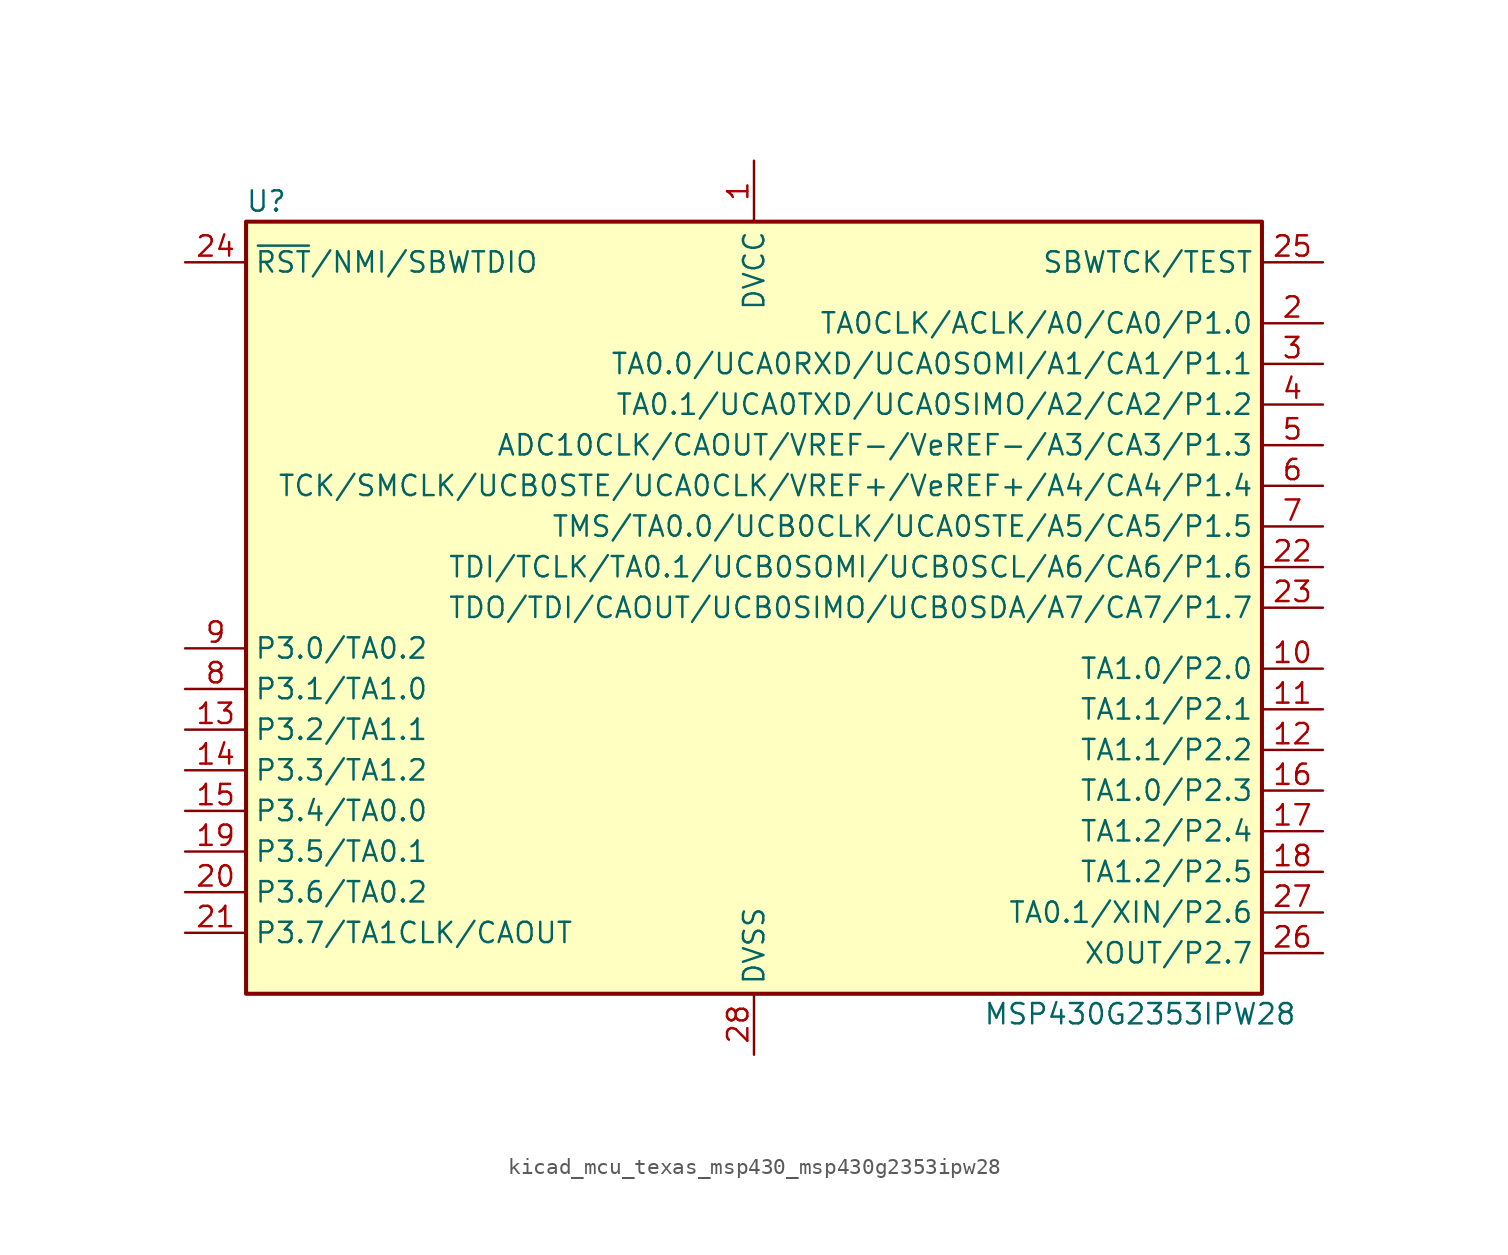
<source format=kicad_sym>
(kicad_symbol_lib
  (version 20220914)
  (generator kicad_symbol_editor)
  (symbol "kicad_mcu_texas_msp430_msp430g2353ipw28"
    (property "Reference" "U"
      (at -30.48 25.4 0)
      (effects (font (size 1.27 1.27))))
    (property "Value" "MSP430G2353IPW28"
      (at 24.13 -25.4 0)
      (effects (font (size 1.27 1.27))))
    (symbol "kicad_mcu_texas_msp430_msp430g2353ipw28_0_1"
      (rectangle (start -31.75 24.13) (end 31.75 -24.13) (stroke (width 0.254) (type default)) (fill (type background))))
    (symbol "kicad_mcu_texas_msp430_msp430g2353ipw28_1_1"
      (pin power_in line (at 0 27.94 270) (length 3.81) (name "DVCC" (effects (font (size 1.27 1.27)))) (number "1" (effects (font (size 1.27 1.27)))))
      (pin bidirectional line (at 35.56 -3.81 180) (length 3.81) (name "TA1.0/P2.0" (effects (font (size 1.27 1.27)))) (number "10" (effects (font (size 1.27 1.27)))))
      (pin bidirectional line (at 35.56 -6.35 180) (length 3.81) (name "TA1.1/P2.1" (effects (font (size 1.27 1.27)))) (number "11" (effects (font (size 1.27 1.27)))))
      (pin bidirectional line (at 35.56 -8.89 180) (length 3.81) (name "TA1.1/P2.2" (effects (font (size 1.27 1.27)))) (number "12" (effects (font (size 1.27 1.27)))))
      (pin bidirectional line (at -35.56 -7.62 0) (length 3.81) (name "P3.2/TA1.1" (effects (font (size 1.27 1.27)))) (number "13" (effects (font (size 1.27 1.27)))))
      (pin bidirectional line (at -35.56 -10.16 0) (length 3.81) (name "P3.3/TA1.2" (effects (font (size 1.27 1.27)))) (number "14" (effects (font (size 1.27 1.27)))))
      (pin bidirectional line (at -35.56 -12.7 0) (length 3.81) (name "P3.4/TA0.0" (effects (font (size 1.27 1.27)))) (number "15" (effects (font (size 1.27 1.27)))))
      (pin bidirectional line (at 35.56 -11.43 180) (length 3.81) (name "TA1.0/P2.3" (effects (font (size 1.27 1.27)))) (number "16" (effects (font (size 1.27 1.27)))))
      (pin bidirectional line (at 35.56 -13.97 180) (length 3.81) (name "TA1.2/P2.4" (effects (font (size 1.27 1.27)))) (number "17" (effects (font (size 1.27 1.27)))))
      (pin bidirectional line (at 35.56 -16.51 180) (length 3.81) (name "TA1.2/P2.5" (effects (font (size 1.27 1.27)))) (number "18" (effects (font (size 1.27 1.27)))))
      (pin bidirectional line (at -35.56 -15.24 0) (length 3.81) (name "P3.5/TA0.1" (effects (font (size 1.27 1.27)))) (number "19" (effects (font (size 1.27 1.27)))))
      (pin bidirectional line (at 35.56 17.78 180) (length 3.81) (name "TA0CLK/ACLK/A0/CA0/P1.0" (effects (font (size 1.27 1.27)))) (number "2" (effects (font (size 1.27 1.27)))))
      (pin bidirectional line (at -35.56 -17.78 0) (length 3.81) (name "P3.6/TA0.2" (effects (font (size 1.27 1.27)))) (number "20" (effects (font (size 1.27 1.27)))))
      (pin bidirectional line (at -35.56 -20.32 0) (length 3.81) (name "P3.7/TA1CLK/CAOUT" (effects (font (size 1.27 1.27)))) (number "21" (effects (font (size 1.27 1.27)))))
      (pin bidirectional line (at 35.56 2.54 180) (length 3.81) (name "TDI/TCLK/TA0.1/UCB0SOMI/UCB0SCL/A6/CA6/P1.6" (effects (font (size 1.27 1.27)))) (number "22" (effects (font (size 1.27 1.27)))))
      (pin bidirectional line (at 35.56 0 180) (length 3.81) (name "TDO/TDI/CAOUT/UCB0SIMO/UCB0SDA/A7/CA7/P1.7" (effects (font (size 1.27 1.27)))) (number "23" (effects (font (size 1.27 1.27)))))
      (pin input line (at -35.56 21.59 0) (length 3.81) (name "~{RST}/NMI/SBWTDIO" (effects (font (size 1.27 1.27)))) (number "24" (effects (font (size 1.27 1.27)))))
      (pin input line (at 35.56 21.59 180) (length 3.81) (name "SBWTCK/TEST" (effects (font (size 1.27 1.27)))) (number "25" (effects (font (size 1.27 1.27)))))
      (pin bidirectional line (at 35.56 -21.59 180) (length 3.81) (name "XOUT/P2.7" (effects (font (size 1.27 1.27)))) (number "26" (effects (font (size 1.27 1.27)))))
      (pin bidirectional line (at 35.56 -19.05 180) (length 3.81) (name "TA0.1/XIN/P2.6" (effects (font (size 1.27 1.27)))) (number "27" (effects (font (size 1.27 1.27)))))
      (pin power_in line (at 0 -27.94 90) (length 3.81) (name "DVSS" (effects (font (size 1.27 1.27)))) (number "28" (effects (font (size 1.27 1.27)))))
      (pin bidirectional line (at 35.56 15.24 180) (length 3.81) (name "TA0.0/UCA0RXD/UCA0SOMI/A1/CA1/P1.1" (effects (font (size 1.27 1.27)))) (number "3" (effects (font (size 1.27 1.27)))))
      (pin bidirectional line (at 35.56 12.7 180) (length 3.81) (name "TA0.1/UCA0TXD/UCA0SIMO/A2/CA2/P1.2" (effects (font (size 1.27 1.27)))) (number "4" (effects (font (size 1.27 1.27)))))
      (pin bidirectional line (at 35.56 10.16 180) (length 3.81) (name "ADC10CLK/CAOUT/VREF-/VeREF-/A3/CA3/P1.3" (effects (font (size 1.27 1.27)))) (number "5" (effects (font (size 1.27 1.27)))))
      (pin bidirectional line (at 35.56 7.62 180) (length 3.81) (name "TCK/SMCLK/UCB0STE/UCA0CLK/VREF+/VeREF+/A4/CA4/P1.4" (effects (font (size 1.27 1.27)))) (number "6" (effects (font (size 1.27 1.27)))))
      (pin bidirectional line (at 35.56 5.08 180) (length 3.81) (name "TMS/TA0.0/UCB0CLK/UCA0STE/A5/CA5/P1.5" (effects (font (size 1.27 1.27)))) (number "7" (effects (font (size 1.27 1.27)))))
      (pin bidirectional line (at -35.56 -5.08 0) (length 3.81) (name "P3.1/TA1.0" (effects (font (size 1.27 1.27)))) (number "8" (effects (font (size 1.27 1.27)))))
      (pin bidirectional line (at -35.56 -2.54 0) (length 3.81) (name "P3.0/TA0.2" (effects (font (size 1.27 1.27)))) (number "9" (effects (font (size 1.27 1.27))))))))
</source>
